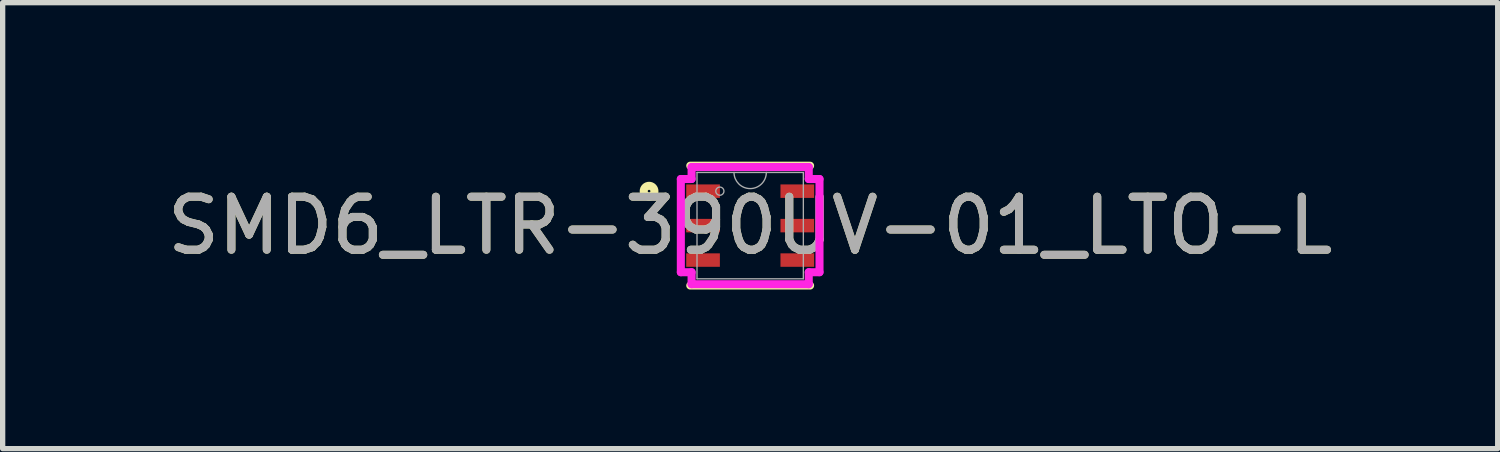
<source format=kicad_pcb>
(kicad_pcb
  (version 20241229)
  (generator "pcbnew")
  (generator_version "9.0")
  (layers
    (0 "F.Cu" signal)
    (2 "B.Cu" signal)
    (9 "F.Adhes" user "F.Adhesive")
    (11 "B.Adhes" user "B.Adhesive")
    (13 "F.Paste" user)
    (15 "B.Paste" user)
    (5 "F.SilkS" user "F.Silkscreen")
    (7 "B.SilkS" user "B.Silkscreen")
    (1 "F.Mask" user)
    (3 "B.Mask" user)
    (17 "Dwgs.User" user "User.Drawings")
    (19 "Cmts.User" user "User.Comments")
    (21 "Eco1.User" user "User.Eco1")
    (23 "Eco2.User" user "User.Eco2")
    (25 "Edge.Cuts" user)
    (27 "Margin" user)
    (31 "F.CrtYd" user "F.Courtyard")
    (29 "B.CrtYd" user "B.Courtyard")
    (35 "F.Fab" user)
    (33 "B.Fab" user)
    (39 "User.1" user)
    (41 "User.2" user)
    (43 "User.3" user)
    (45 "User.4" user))
  (footprint "SMD6_LTR-390UV-01_LTO-L"
    (layer "F.Cu")
    (at 11.101 1.206)
    (property "Reference" "SMD6_LTR-390UV-01_LTO-L" (at 0 0 0) (unlocked yes) (layer "F.SilkS") (effects (font (size 1 1) (thickness 0.15))))
    (attr smd)
    (fp_line (start -1.13 1.13) (end 1.13 1.13) (stroke (width 0.152) (type solid)) (layer "F.SilkS"))
    (fp_line (start 1.13 -1.13) (end -1.13 -1.13) (stroke (width 0.152) (type solid)) (layer "F.SilkS"))
    (fp_circle (center -1.907 -0.65) (end -1.806 -0.65) (stroke (width 0.152) (type solid)) (fill no) (layer "F.SilkS"))
    (fp_line (start -1.308 -0.879) (end -1.105 -0.879) (stroke (width 0.152) (type solid)) (layer "F.CrtYd"))
    (fp_line (start -1.308 0.879) (end -1.308 -0.879) (stroke (width 0.152) (type solid)) (layer "F.CrtYd"))
    (fp_line (start -1.308 0.879) (end -1.105 0.879) (stroke (width 0.152) (type solid)) (layer "F.CrtYd"))
    (fp_line (start -1.105 -1.105) (end 1.105 -1.105) (stroke (width 0.152) (type solid)) (layer "F.CrtYd"))
    (fp_line (start -1.105 -0.879) (end -1.105 -1.105) (stroke (width 0.152) (type solid)) (layer "F.CrtYd"))
    (fp_line (start -1.105 1.105) (end -1.105 0.879) (stroke (width 0.152) (type solid)) (layer "F.CrtYd"))
    (fp_line (start 1.105 -1.105) (end 1.105 -0.879) (stroke (width 0.152) (type solid)) (layer "F.CrtYd"))
    (fp_line (start 1.105 0.879) (end 1.105 1.105) (stroke (width 0.152) (type solid)) (layer "F.CrtYd"))
    (fp_line (start 1.105 1.105) (end -1.105 1.105) (stroke (width 0.152) (type solid)) (layer "F.CrtYd"))
    (fp_line (start 1.308 -0.879) (end 1.105 -0.879) (stroke (width 0.152) (type solid)) (layer "F.CrtYd"))
    (fp_line (start 1.308 -0.879) (end 1.308 0.879) (stroke (width 0.152) (type solid)) (layer "F.CrtYd"))
    (fp_line (start 1.308 0.879) (end 1.105 0.879) (stroke (width 0.152) (type solid)) (layer "F.CrtYd"))
    (fp_line (start -1.003 -1.003) (end -1.003 1.003) (stroke (width 0.025) (type solid)) (layer "F.Fab"))
    (fp_line (start -1.003 1.003) (end 1.003 1.003) (stroke (width 0.025) (type solid)) (layer "F.Fab"))
    (fp_line (start 1.003 -1.003) (end -1.003 -1.003) (stroke (width 0.025) (type solid)) (layer "F.Fab"))
    (fp_line (start 1.003 1.003) (end 1.003 -1.003) (stroke (width 0.025) (type solid)) (layer "F.Fab"))
    (fp_arc (start 0.3048 -1.0033) (mid 0 -0.6985) (end -0.3048 -1.0033) (stroke (width 0.0254) (type solid)) (layer "F.Fab"))
    (fp_circle (center -0.572 -0.65) (end -0.495 -0.65) (stroke (width 0.025) (type solid)) (fill no) (layer "F.Fab"))
    (fp_text user "${REFERENCE}" (at 0 0 0) (unlocked yes) (layer "F.Fab") (effects (font (size 1 1) (thickness 0.15))))
    (pad "1" smd rect (at -0.889 -0.65) (size 0.635 0.254) (layers "F.Cu" "F.Mask" "F.Paste"))
    (pad "2" smd rect (at -0.889 0) (size 0.635 0.254) (layers "F.Cu" "F.Mask" "F.Paste"))
    (pad "3" smd rect (at -0.889 0.65) (size 0.635 0.254) (layers "F.Cu" "F.Mask" "F.Paste"))
    (pad "4" smd rect (at 0.889 0.65) (size 0.635 0.254) (layers "F.Cu" "F.Mask" "F.Paste"))
    (pad "5" smd rect (at 0.889 0) (size 0.635 0.254) (layers "F.Cu" "F.Mask" "F.Paste"))
    (pad "6" smd rect (at 0.889 -0.65) (size 0.635 0.254) (layers "F.Cu" "F.Mask" "F.Paste")))
  (gr_rect
    (start -3 -3)
    (end 25.202 5.413)
    (stroke (width 0.1) (type default))
    (fill no)
    (layer "Edge.Cuts")))
</source>
